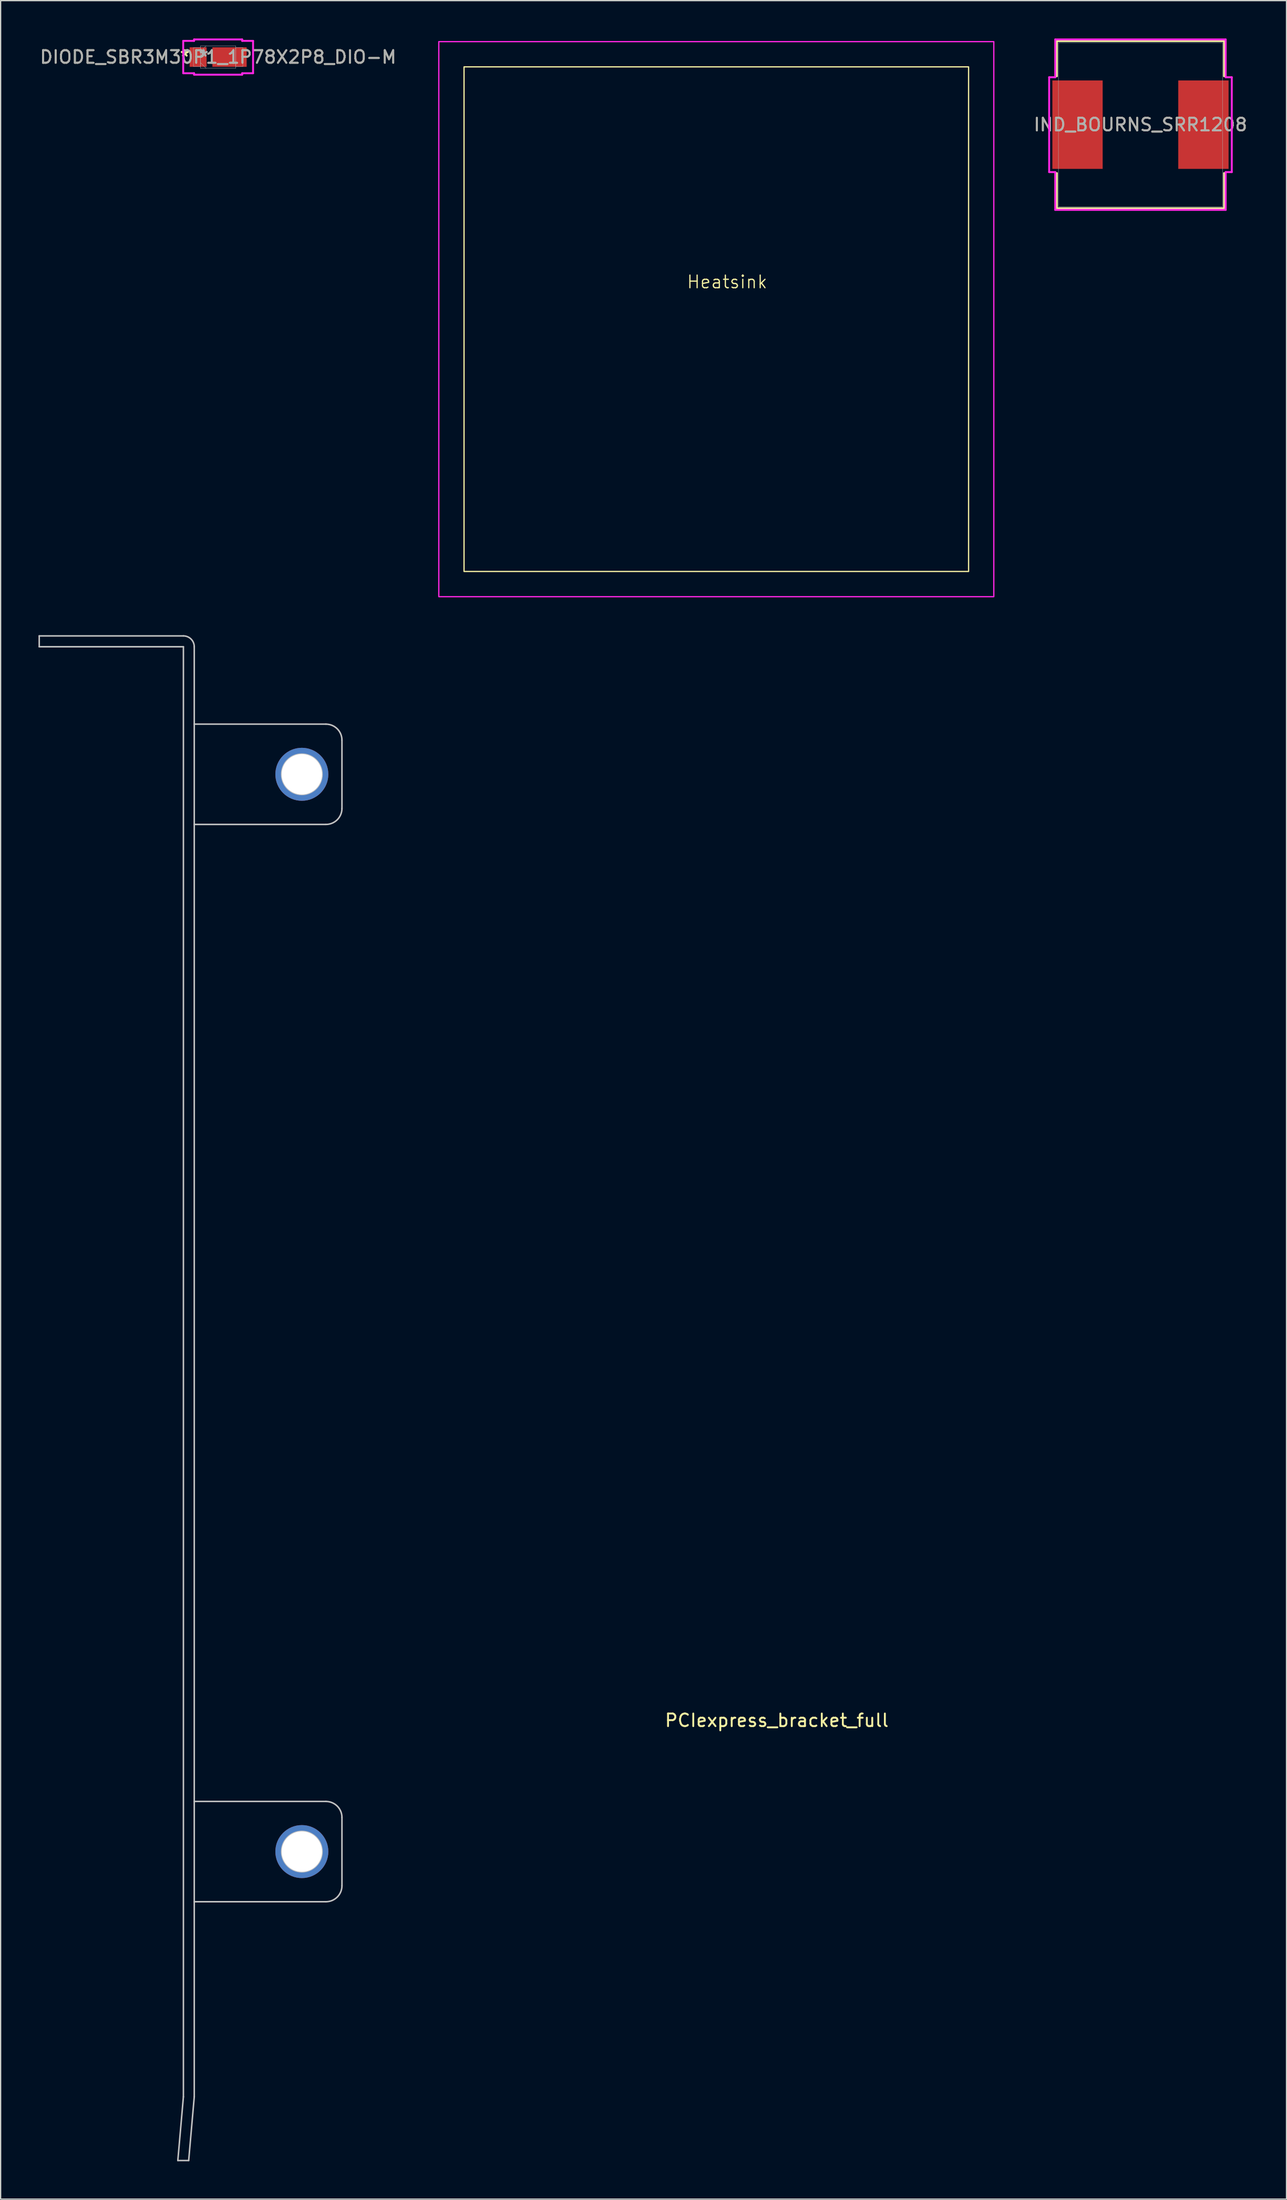
<source format=kicad_pcb>
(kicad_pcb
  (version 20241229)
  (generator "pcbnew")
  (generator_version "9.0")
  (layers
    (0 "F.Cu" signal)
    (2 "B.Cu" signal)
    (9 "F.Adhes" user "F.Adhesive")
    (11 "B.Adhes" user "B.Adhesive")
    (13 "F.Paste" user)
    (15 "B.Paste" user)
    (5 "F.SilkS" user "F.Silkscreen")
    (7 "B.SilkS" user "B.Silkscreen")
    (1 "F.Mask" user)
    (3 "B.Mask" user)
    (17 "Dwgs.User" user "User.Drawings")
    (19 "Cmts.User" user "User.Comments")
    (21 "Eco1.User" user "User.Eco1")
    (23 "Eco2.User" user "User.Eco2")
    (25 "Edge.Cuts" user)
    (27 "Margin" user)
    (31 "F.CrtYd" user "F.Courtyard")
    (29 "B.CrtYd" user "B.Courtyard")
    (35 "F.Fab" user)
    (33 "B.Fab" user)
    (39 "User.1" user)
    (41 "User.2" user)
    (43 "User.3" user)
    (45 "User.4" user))
  (footprint "IND_BOURNS_SRR1208"
    (layer "F.Cu")
    (at 87.365 6.833)
    (property "Reference" "IND_BOURNS_SRR1208" (at 0 0 0) (unlocked yes) (layer "F.SilkS") (effects (font (size 1 1) (thickness 0.15))))
    (attr smd)
    (fp_line (start -6.629 -6.629) (end -6.629 -3.838) (stroke (width 0.152) (type solid)) (layer "F.SilkS"))
    (fp_line (start -6.629 3.838) (end -6.629 6.629) (stroke (width 0.152) (type solid)) (layer "F.SilkS"))
    (fp_line (start -6.629 6.629) (end 6.629 6.629) (stroke (width 0.152) (type solid)) (layer "F.SilkS"))
    (fp_line (start 6.629 -6.629) (end -6.629 -6.629) (stroke (width 0.152) (type solid)) (layer "F.SilkS"))
    (fp_line (start 6.629 -3.838) (end 6.629 -6.629) (stroke (width 0.152) (type solid)) (layer "F.SilkS"))
    (fp_line (start 6.629 6.629) (end 6.629 3.838) (stroke (width 0.152) (type solid)) (layer "F.SilkS"))
    (fp_line (start -7.239 -3.759) (end -6.756 -3.759) (stroke (width 0.152) (type solid)) (layer "F.CrtYd"))
    (fp_line (start -7.239 3.759) (end -7.239 -3.759) (stroke (width 0.152) (type solid)) (layer "F.CrtYd"))
    (fp_line (start -6.756 -6.756) (end 6.756 -6.756) (stroke (width 0.152) (type solid)) (layer "F.CrtYd"))
    (fp_line (start -6.756 -3.759) (end -6.756 -6.756) (stroke (width 0.152) (type solid)) (layer "F.CrtYd"))
    (fp_line (start -6.756 3.759) (end -7.239 3.759) (stroke (width 0.152) (type solid)) (layer "F.CrtYd"))
    (fp_line (start -6.756 6.756) (end -6.756 3.759) (stroke (width 0.152) (type solid)) (layer "F.CrtYd"))
    (fp_line (start 6.756 -6.756) (end 6.756 -3.759) (stroke (width 0.152) (type solid)) (layer "F.CrtYd"))
    (fp_line (start 6.756 -3.759) (end 7.239 -3.759) (stroke (width 0.152) (type solid)) (layer "F.CrtYd"))
    (fp_line (start 6.756 3.759) (end 6.756 6.756) (stroke (width 0.152) (type solid)) (layer "F.CrtYd"))
    (fp_line (start 6.756 6.756) (end -6.756 6.756) (stroke (width 0.152) (type solid)) (layer "F.CrtYd"))
    (fp_line (start 7.239 -3.759) (end 7.239 3.759) (stroke (width 0.152) (type solid)) (layer "F.CrtYd"))
    (fp_line (start 7.239 3.759) (end 6.756 3.759) (stroke (width 0.152) (type solid)) (layer "F.CrtYd"))
    (fp_line (start -6.502 -6.502) (end -6.502 6.502) (stroke (width 0.025) (type solid)) (layer "F.Fab"))
    (fp_line (start -6.502 6.502) (end 6.502 6.502) (stroke (width 0.025) (type solid)) (layer "F.Fab"))
    (fp_line (start 6.502 -6.502) (end -6.502 -6.502) (stroke (width 0.025) (type solid)) (layer "F.Fab"))
    (fp_line (start 6.502 6.502) (end 6.502 -6.502) (stroke (width 0.025) (type solid)) (layer "F.Fab"))
    (fp_circle (center -6.426 0) (end -6.426 0) (stroke (width 0.025) (type solid)) (fill no) (layer "F.Fab"))
    (fp_text user "${REFERENCE}" (at 0 0 0) (unlocked yes) (layer "F.Fab") (effects (font (size 1 1) (thickness 0.15))))
    (pad "1" smd rect (at -4.991 0) (size 3.988 7.01) (layers "F.Cu" "F.Mask" "F.Paste"))
    (pad "2" smd rect (at 4.991 0) (size 3.988 7.01) (layers "F.Cu" "F.Mask" "F.Paste"))
    (zone (net_name "") (layer "F.Cu") (hatch full 0.508) (connect_pads) (min_thickness 0.254) (filled_areas_thickness no) (keepout (tracks not_allowed) (vias not_allowed) (pads allowed) (copperpour not_allowed) (footprints allowed)) (placement (enabled no)) (fill) (polygon (pts (xy 84.419 0.381) (xy 90.312 0.381) (xy 90.312 13.284) (xy 84.419 13.284)))))
  (footprint "PCIexpress_bracket_full"
    (layer "F.Cu")
    (at 58.53 153.08)
    (property "Reference" "PCIexpress_bracket_full" (at 0 -19.75 0) (layer "F.SilkS") (effects (font (size 1 1) (thickness 0.15))))
    (attr through_hole exclude_from_pos_files exclude_from_bom)
    (fp_line (start -58.47 -104.86) (end -58.47 -105.72) (stroke (width 0.12) (type solid)) (layer "Dwgs.User"))
    (fp_line (start -47.482 15.141) (end -46.622 15.141) (stroke (width 0.12) (type solid)) (layer "Dwgs.User"))
    (fp_line (start -47.04 -105.72) (end -58.47 -105.72) (stroke (width 0.12) (type solid)) (layer "Dwgs.User"))
    (fp_line (start -47.04 -104.86) (end -58.47 -104.86) (stroke (width 0.12) (type solid)) (layer "Dwgs.User"))
    (fp_line (start -47.04 -104.86) (end -47.04 10.09) (stroke (width 0.12) (type solid)) (layer "Dwgs.User"))
    (fp_line (start -47.04 10.09) (end -47.482 15.141) (stroke (width 0.12) (type solid)) (layer "Dwgs.User"))
    (fp_line (start -46.18 -104.86) (end -46.18 10.09) (stroke (width 0.12) (type solid)) (layer "Dwgs.User"))
    (fp_line (start -46.18 10.09) (end -46.622 15.141) (stroke (width 0.12) (type solid)) (layer "Dwgs.User"))
    (fp_line (start -35.74 -98.725) (end -46.18 -98.725) (stroke (width 0.12) (type solid)) (layer "Dwgs.User"))
    (fp_line (start -35.74 -90.775) (end -46.18 -90.775) (stroke (width 0.12) (type solid)) (layer "Dwgs.User"))
    (fp_line (start -35.74 -13.325) (end -46.18 -13.325) (stroke (width 0.12) (type solid)) (layer "Dwgs.User"))
    (fp_line (start -35.74 -5.375) (end -46.18 -5.375) (stroke (width 0.12) (type solid)) (layer "Dwgs.User"))
    (fp_line (start -34.47 -97.455) (end -34.47 -92.045) (stroke (width 0.12) (type solid)) (layer "Dwgs.User"))
    (fp_line (start -34.47 -12.055) (end -34.47 -6.645) (stroke (width 0.12) (type solid)) (layer "Dwgs.User"))
    (fp_arc (start -47.04 -105.72) (mid -46.431888 -105.468112) (end -46.18 -104.86) (stroke (width 0.12) (type solid)) (layer "Dwgs.User"))
    (fp_arc (start -35.74 -98.725) (mid -34.841974 -98.353026) (end -34.47 -97.455) (stroke (width 0.12) (type solid)) (layer "Dwgs.User"))
    (fp_arc (start -35.74 -13.325) (mid -34.841974 -12.953026) (end -34.47 -12.055) (stroke (width 0.12) (type solid)) (layer "Dwgs.User"))
    (fp_arc (start -34.47 -92.045) (mid -34.841974 -91.146974) (end -35.74 -90.775) (stroke (width 0.12) (type solid)) (layer "Dwgs.User"))
    (fp_arc (start -34.47 -6.645) (mid -34.841974 -5.746974) (end -35.74 -5.375) (stroke (width 0.12) (type solid)) (layer "Dwgs.User"))
    (fp_circle (center -37.65 -94.75) (end -36.05 -94.75) (stroke (width 0.12) (type solid)) (fill no) (layer "Dwgs.User"))
    (fp_circle (center -37.65 -9.35) (end -36.05 -9.35) (stroke (width 0.12) (type solid)) (fill no) (layer "Dwgs.User"))
    (pad "1" thru_hole circle (at -37.65 -94.75) (size 4.2 4.2) (drill 3.2) (layers "*.Cu" "*.Mask"))
    (pad "2" thru_hole circle (at -37.65 -9.35) (size 4.2 4.2) (drill 3.2) (layers "*.Cu" "*.Mask")))
  (footprint "DIODE_SBR3M30P1_1P78X2P8_DIO-M"
    (layer "F.Cu")
    (at 14.244 1.473)
    (property "Reference" "DIODE_SBR3M30P1_1P78X2P8_DIO-M" (at 0 0 0) (unlocked yes) (layer "F.SilkS") (effects (font (size 1 1) (thickness 0.15))))
    (attr smd)
    (fp_line (start -2.769 -1.283) (end -1.905 -1.283) (stroke (width 0.152) (type solid)) (layer "F.CrtYd"))
    (fp_line (start -2.769 1.283) (end -2.769 -1.283) (stroke (width 0.152) (type solid)) (layer "F.CrtYd"))
    (fp_line (start -1.905 -1.397) (end 1.905 -1.397) (stroke (width 0.152) (type solid)) (layer "F.CrtYd"))
    (fp_line (start -1.905 -1.283) (end -1.905 -1.397) (stroke (width 0.152) (type solid)) (layer "F.CrtYd"))
    (fp_line (start -1.905 1.283) (end -2.769 1.283) (stroke (width 0.152) (type solid)) (layer "F.CrtYd"))
    (fp_line (start -1.905 1.397) (end -1.905 1.283) (stroke (width 0.152) (type solid)) (layer "F.CrtYd"))
    (fp_line (start 1.905 -1.397) (end 1.905 -1.283) (stroke (width 0.152) (type solid)) (layer "F.CrtYd"))
    (fp_line (start 1.905 -1.283) (end 2.769 -1.283) (stroke (width 0.152) (type solid)) (layer "F.CrtYd"))
    (fp_line (start 1.905 1.283) (end 1.905 1.397) (stroke (width 0.152) (type solid)) (layer "F.CrtYd"))
    (fp_line (start 1.905 1.397) (end -1.905 1.397) (stroke (width 0.152) (type solid)) (layer "F.CrtYd"))
    (fp_line (start 2.769 -1.283) (end 2.769 1.283) (stroke (width 0.152) (type solid)) (layer "F.CrtYd"))
    (fp_line (start 2.769 1.283) (end 1.905 1.283) (stroke (width 0.152) (type solid)) (layer "F.CrtYd"))
    (fp_line (start -1.956 -0.749) (end -1.956 0.749) (stroke (width 0.025) (type solid)) (layer "F.Fab"))
    (fp_line (start -1.956 0.749) (end -1.397 0.749) (stroke (width 0.025) (type solid)) (layer "F.Fab"))
    (fp_line (start -1.397 -0.889) (end -1.397 0.889) (stroke (width 0.025) (type solid)) (layer "F.Fab"))
    (fp_line (start -1.397 -0.749) (end -1.956 -0.749) (stroke (width 0.025) (type solid)) (layer "F.Fab"))
    (fp_line (start -1.397 -0.445) (end -0.953 -0.889) (stroke (width 0.025) (type solid)) (layer "F.Fab"))
    (fp_line (start -1.397 0.445) (end -0.953 0.889) (stroke (width 0.025) (type solid)) (layer "F.Fab"))
    (fp_line (start -1.397 0.749) (end -1.397 -0.749) (stroke (width 0.025) (type solid)) (layer "F.Fab"))
    (fp_line (start -1.397 0.889) (end 1.397 0.889) (stroke (width 0.025) (type solid)) (layer "F.Fab"))
    (fp_line (start 1.397 -0.889) (end -1.397 -0.889) (stroke (width 0.025) (type solid)) (layer "F.Fab"))
    (fp_line (start 1.397 -0.749) (end 1.397 0.749) (stroke (width 0.025) (type solid)) (layer "F.Fab"))
    (fp_line (start 1.397 0.749) (end 1.956 0.749) (stroke (width 0.025) (type solid)) (layer "F.Fab"))
    (fp_line (start 1.397 0.889) (end 1.397 -0.889) (stroke (width 0.025) (type solid)) (layer "F.Fab"))
    (fp_line (start 1.956 -0.749) (end 1.397 -0.749) (stroke (width 0.025) (type solid)) (layer "F.Fab"))
    (fp_line (start 1.956 0.749) (end 1.956 -0.749) (stroke (width 0.025) (type solid)) (layer "F.Fab"))
    (fp_text user "*" (at -2.642 0 0) (unlocked yes) (layer "F.SilkS") (effects (font (size 1 1) (thickness 0.15))))
    (fp_text user "*" (at -2.642 0 0) (layer "F.SilkS") (effects (font (size 1 1) (thickness 0.15))))
    (fp_text user "*" (at -1.143 0 0) (layer "F.Fab") (effects (font (size 1 1) (thickness 0.15))))
    (fp_text user "${REFERENCE}" (at 0 0 0) (unlocked yes) (layer "F.Fab") (effects (font (size 1 1) (thickness 0.15))))
    (fp_text user "*" (at -1.143 0 0) (unlocked yes) (layer "F.Fab") (effects (font (size 1 1) (thickness 0.15))))
    (pad "1" smd rect (at -1.587 0) (size 1.346 1.549) (layers "F.Cu" "F.Mask" "F.Paste"))
    (pad "2" smd rect (at 0.902 0) (size 2.718 1.549) (layers "F.Cu" "F.Mask" "F.Paste"))
    (zone (net_name "") (layer "F.Cu") (hatch full 0.508) (connect_pads) (min_thickness 0.254) (filled_areas_thickness no) (keepout (tracks not_allowed) (vias not_allowed) (pads allowed) (copperpour not_allowed) (footprints allowed)) (placement (enabled no)) (fill) (polygon (pts (xy 13.38 0.635) (xy 13.736 0.635) (xy 13.736 2.311) (xy 13.38 2.311)))))
  (footprint "Heatsink"
    (layer "F.Cu")
    (at 31.738 0.25)
    (property "Reference" "Heatsink" (at 22.86 19.05 0) (unlocked yes) (layer "F.SilkS") (effects (font (size 1 1) (thickness 0.1))))
    (attr through_hole exclude_from_pos_files)
    (fp_rect (start 2 2) (end 42 42) (stroke (width 0.1) (type default)) (fill no) (layer "F.SilkS"))
    (fp_rect (start 0 0) (end 44 44) (stroke (width 0.1) (type default)) (fill no) (layer "F.CrtYd")))
  (gr_rect
    (start -3 -3)
    (end 98.943 171.281)
    (stroke (width 0.1) (type default))
    (fill no)
    (layer "Edge.Cuts")))
</source>
